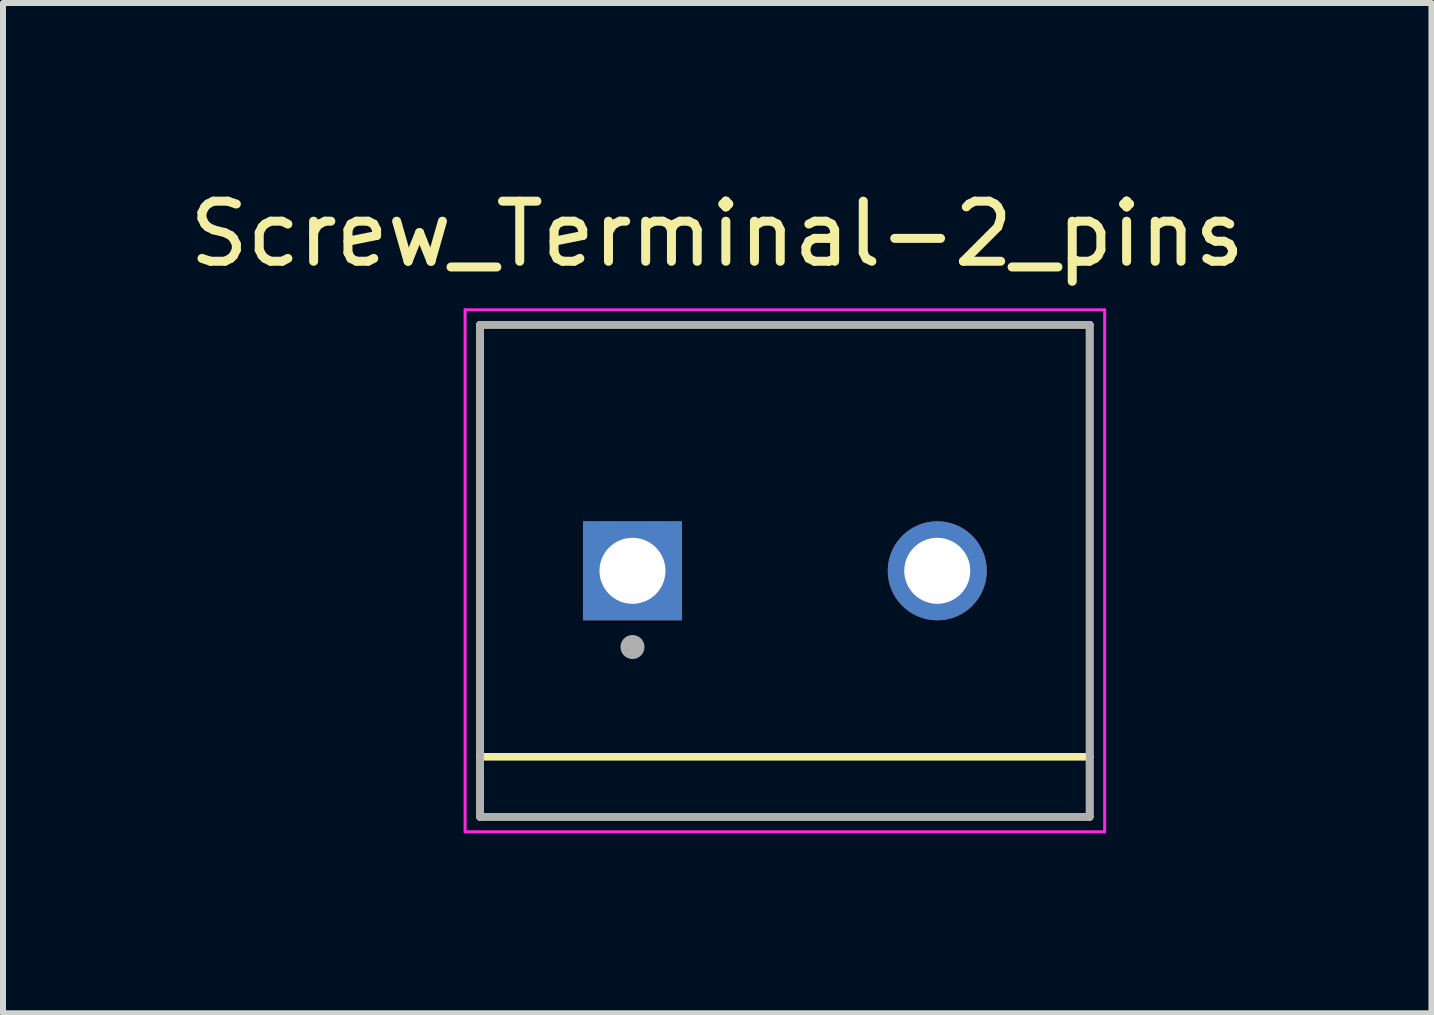
<source format=kicad_pcb>
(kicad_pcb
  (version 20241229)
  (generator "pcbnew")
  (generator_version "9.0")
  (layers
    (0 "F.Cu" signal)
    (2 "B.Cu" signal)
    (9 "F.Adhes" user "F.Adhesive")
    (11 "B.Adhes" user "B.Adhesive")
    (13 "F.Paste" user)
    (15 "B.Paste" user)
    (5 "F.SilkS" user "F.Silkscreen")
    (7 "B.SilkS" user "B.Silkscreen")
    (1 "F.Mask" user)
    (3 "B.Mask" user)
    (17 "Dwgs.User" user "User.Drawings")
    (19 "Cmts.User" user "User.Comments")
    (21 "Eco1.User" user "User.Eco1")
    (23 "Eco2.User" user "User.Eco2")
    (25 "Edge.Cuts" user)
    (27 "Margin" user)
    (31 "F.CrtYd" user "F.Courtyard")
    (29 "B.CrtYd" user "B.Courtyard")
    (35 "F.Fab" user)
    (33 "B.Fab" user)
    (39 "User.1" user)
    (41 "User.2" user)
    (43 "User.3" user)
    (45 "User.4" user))
  (footprint "Screw_Terminal-2_pins"
    (layer "F.Cu")
    (at 10.032 6.464)
    (property "Reference" "Screw_Terminal-2_pins" (at -1.127 -5.615 0) (layer "F.SilkS") (effects (font (size 1.002 1.002) (thickness 0.15))))
    (attr through_hole)
    (fp_line (start -5.08 -4.1) (end 5.08 -4.1) (stroke (width 0.127) (type solid)) (layer "F.SilkS"))
    (fp_line (start -5.08 3.1) (end -5.08 -4.1) (stroke (width 0.127) (type solid)) (layer "F.SilkS"))
    (fp_line (start -5.08 3.1) (end 5.08 3.1) (stroke (width 0.127) (type solid)) (layer "F.SilkS"))
    (fp_line (start -5.08 4.1) (end -5.08 3.1) (stroke (width 0.127) (type solid)) (layer "F.SilkS"))
    (fp_line (start 5.08 -4.1) (end 5.08 3.1) (stroke (width 0.127) (type solid)) (layer "F.SilkS"))
    (fp_line (start 5.08 3.1) (end 5.08 4.1) (stroke (width 0.127) (type solid)) (layer "F.SilkS"))
    (fp_line (start 5.08 4.1) (end -5.08 4.1) (stroke (width 0.127) (type solid)) (layer "F.SilkS"))
    (fp_line (start -5.33 -4.35) (end 5.33 -4.35) (stroke (width 0.05) (type solid)) (layer "F.CrtYd"))
    (fp_line (start -5.33 4.35) (end -5.33 -4.35) (stroke (width 0.05) (type solid)) (layer "F.CrtYd"))
    (fp_line (start 5.33 -4.35) (end 5.33 4.35) (stroke (width 0.05) (type solid)) (layer "F.CrtYd"))
    (fp_line (start 5.33 4.35) (end -5.33 4.35) (stroke (width 0.05) (type solid)) (layer "F.CrtYd"))
    (fp_line (start -5.08 -4.1) (end 5.08 -4.1) (stroke (width 0.127) (type solid)) (layer "F.Fab"))
    (fp_line (start -5.08 4.1) (end -5.08 -4.1) (stroke (width 0.127) (type solid)) (layer "F.Fab"))
    (fp_line (start 5.08 -4.1) (end 5.08 4.1) (stroke (width 0.127) (type solid)) (layer "F.Fab"))
    (fp_line (start 5.08 4.1) (end -5.08 4.1) (stroke (width 0.127) (type solid)) (layer "F.Fab"))
    (fp_circle (center -2.54 1.27) (end -2.44 1.27) (stroke (width 0.2) (type solid)) (fill no) (layer "F.Fab"))
    (pad "1" thru_hole rect (at -2.54 0) (size 1.65 1.65) (drill 1.1) (layers "*.Cu" "*.Mask"))
    (pad "2" thru_hole circle (at 2.54 0) (size 1.65 1.65) (drill 1.1) (layers "*.Cu" "*.Mask")))
  (gr_rect
    (start -3 -3)
    (end 20.809 13.839)
    (stroke (width 0.1) (type default))
    (fill no)
    (layer "Edge.Cuts")))
</source>
